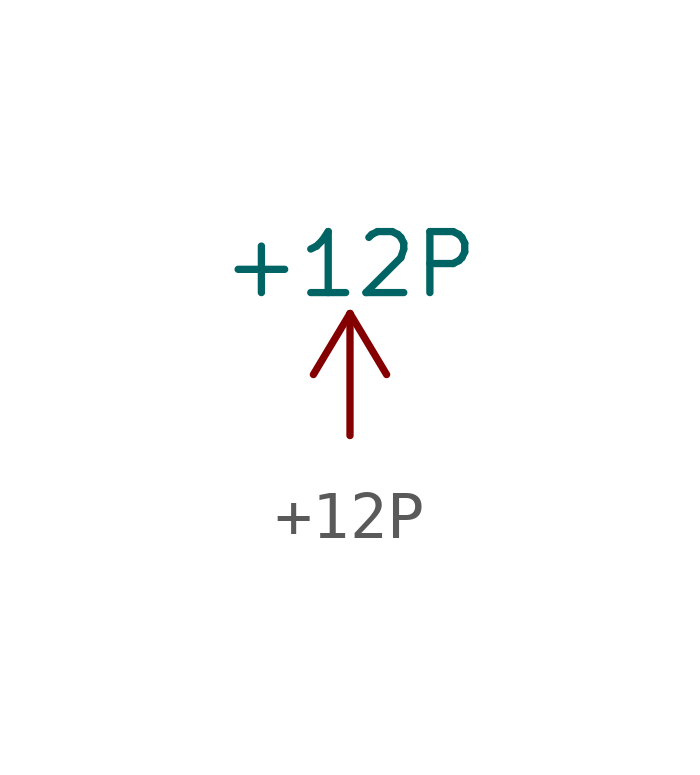
<source format=kicad_sym>
(kicad_symbol_lib
  (version 20211014)
  (generator kicad_symbol_editor)
  (symbol "+12P"
    (power)
    (pin_names
      (offset 0))
    (property "Reference" "#PWR"
      (at 0 -3.81 0)
      (effects (font (size 1.27 1.27)) hide))
    (property "Value" "+12P"
      (at 0 3.556 0)
      (effects (font (size 1.27 1.27))))
    (symbol "+12P_0_1"
      (polyline (pts (xy -0.762 1.27) (xy 0 2.54)) (stroke (width 0) (type default) (color 0 0 0 0)) (fill (type none)))
      (polyline (pts (xy 0 0) (xy 0 2.54)) (stroke (width 0) (type default) (color 0 0 0 0)) (fill (type none)))
      (polyline (pts (xy 0 2.54) (xy 0.762 1.27)) (stroke (width 0) (type default) (color 0 0 0 0)) (fill (type none))))
    (symbol "+12P_1_1"
      (pin power_in line (at 0 0 90) (length 0) hide (name "+12P" (effects (font (size 1.27 1.27)))) (number "1" (effects (font (size 1.27 1.27))))))))
</source>
